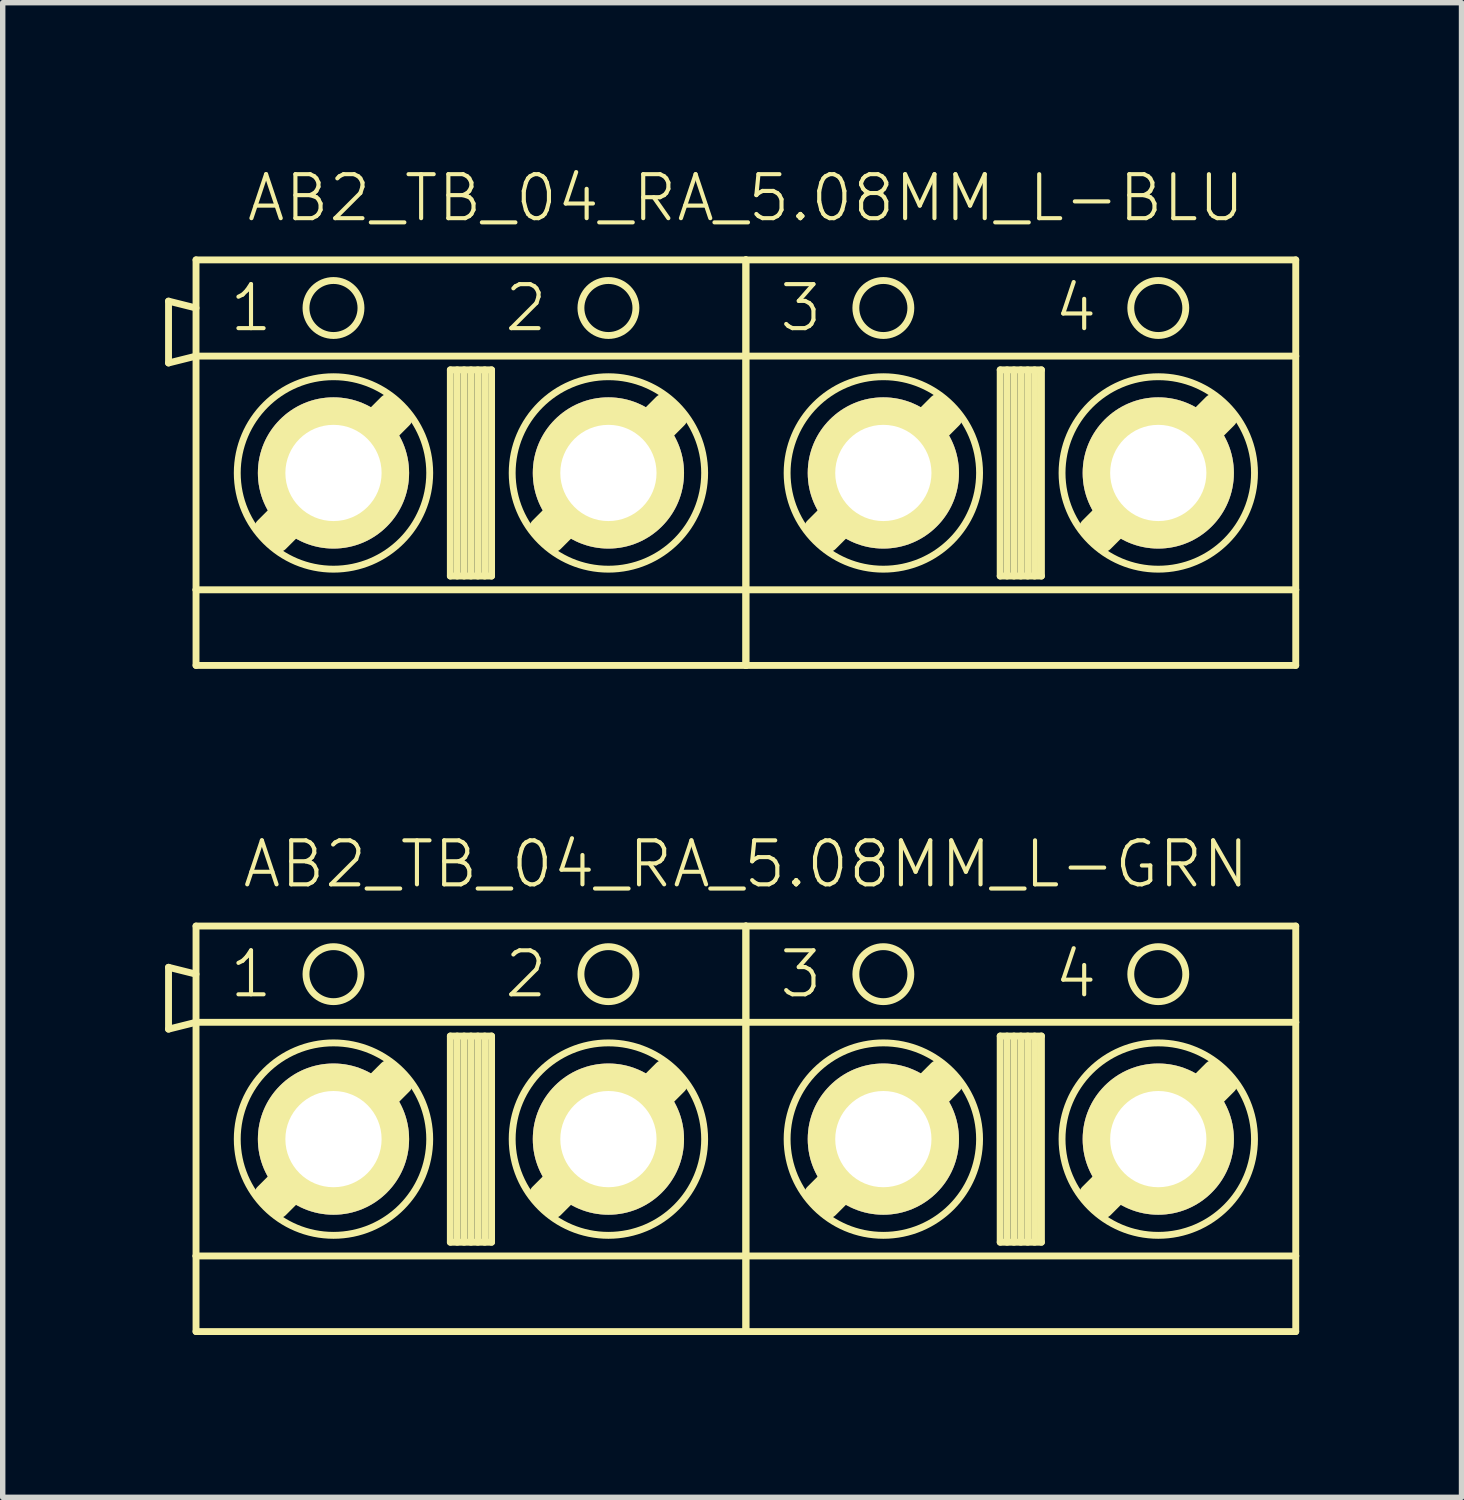
<source format=kicad_pcb>
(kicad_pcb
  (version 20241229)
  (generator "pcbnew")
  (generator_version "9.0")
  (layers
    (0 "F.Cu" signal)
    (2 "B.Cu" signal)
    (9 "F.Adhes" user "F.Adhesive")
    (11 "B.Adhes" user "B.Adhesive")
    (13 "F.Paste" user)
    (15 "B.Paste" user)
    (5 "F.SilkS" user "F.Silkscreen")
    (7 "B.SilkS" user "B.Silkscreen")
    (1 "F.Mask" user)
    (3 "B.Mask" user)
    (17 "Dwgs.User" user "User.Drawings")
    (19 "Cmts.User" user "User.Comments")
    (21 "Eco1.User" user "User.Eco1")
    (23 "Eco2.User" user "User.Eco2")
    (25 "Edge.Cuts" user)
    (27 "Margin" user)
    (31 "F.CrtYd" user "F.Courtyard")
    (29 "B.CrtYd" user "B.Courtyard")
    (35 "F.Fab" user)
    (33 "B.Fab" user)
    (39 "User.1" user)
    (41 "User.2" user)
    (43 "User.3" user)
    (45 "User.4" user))
  (footprint "AB2_TB_04_RA_5.08MM_L-BLU"
    (layer "F.Cu")
    (at 10.732 5.689)
    (property "Reference" "AB2_TB_04_RA_5.08MM_L-BLU" (at 0 -5.08 0) (layer "F.SilkS") (effects (font (size 0.813 0.813) (thickness 0.076))))
    (attr through_hole)
    (fp_line (start -10.668 -3.175) (end -10.16 -3.048) (stroke (width 0.127) (type solid)) (layer "F.SilkS"))
    (fp_line (start -10.668 -2.032) (end -10.668 -3.175) (stroke (width 0.127) (type solid)) (layer "F.SilkS"))
    (fp_line (start -10.16 -3.937) (end 0 -3.937) (stroke (width 0.127) (type solid)) (layer "F.SilkS"))
    (fp_line (start -10.16 -2.159) (end -10.668 -2.032) (stroke (width 0.127) (type solid)) (layer "F.SilkS"))
    (fp_line (start -10.16 -2.159) (end -10.16 -3.937) (stroke (width 0.127) (type solid)) (layer "F.SilkS"))
    (fp_line (start -10.16 -2.159) (end 0 -2.159) (stroke (width 0.127) (type solid)) (layer "F.SilkS"))
    (fp_line (start -10.16 2.159) (end -10.16 -2.159) (stroke (width 0.127) (type solid)) (layer "F.SilkS"))
    (fp_line (start -10.16 2.159) (end -10.16 3.556) (stroke (width 0.127) (type solid)) (layer "F.SilkS"))
    (fp_line (start -10.16 3.556) (end 0 3.556) (stroke (width 0.127) (type solid)) (layer "F.SilkS"))
    (fp_line (start -8.89 1.016) (end -6.604 -1.27) (stroke (width 0.381) (type solid)) (layer "F.SilkS"))
    (fp_line (start -8.763 1.143) (end -6.477 -1.143) (stroke (width 0.381) (type solid)) (layer "F.SilkS"))
    (fp_line (start -6.35 -1.016) (end -8.636 1.27) (stroke (width 0.381) (type solid)) (layer "F.SilkS"))
    (fp_line (start -5.461 -1.905) (end -4.699 -1.905) (stroke (width 0.127) (type solid)) (layer "F.SilkS"))
    (fp_line (start -5.461 1.905) (end -5.461 -1.905) (stroke (width 0.127) (type solid)) (layer "F.SilkS"))
    (fp_line (start -5.334 -1.905) (end -5.334 1.905) (stroke (width 0.127) (type solid)) (layer "F.SilkS"))
    (fp_line (start -5.207 -1.905) (end -5.207 1.905) (stroke (width 0.127) (type solid)) (layer "F.SilkS"))
    (fp_line (start -5.08 -1.905) (end -5.08 1.905) (stroke (width 0.127) (type solid)) (layer "F.SilkS"))
    (fp_line (start -4.953 -1.905) (end -4.953 1.905) (stroke (width 0.127) (type solid)) (layer "F.SilkS"))
    (fp_line (start -4.826 -1.905) (end -4.826 1.905) (stroke (width 0.127) (type solid)) (layer "F.SilkS"))
    (fp_line (start -4.699 -1.905) (end -4.699 1.905) (stroke (width 0.127) (type solid)) (layer "F.SilkS"))
    (fp_line (start -4.699 1.905) (end -5.461 1.905) (stroke (width 0.127) (type solid)) (layer "F.SilkS"))
    (fp_line (start -3.81 1.016) (end -1.524 -1.27) (stroke (width 0.381) (type solid)) (layer "F.SilkS"))
    (fp_line (start -3.683 1.143) (end -1.397 -1.143) (stroke (width 0.381) (type solid)) (layer "F.SilkS"))
    (fp_line (start -1.27 -1.016) (end -3.556 1.27) (stroke (width 0.381) (type solid)) (layer "F.SilkS"))
    (fp_line (start 0 -3.937) (end 0 -2.159) (stroke (width 0.127) (type solid)) (layer "F.SilkS"))
    (fp_line (start 0 -3.937) (end 10.16 -3.937) (stroke (width 0.127) (type solid)) (layer "F.SilkS"))
    (fp_line (start 0 -2.159) (end 0 -3.937) (stroke (width 0.127) (type solid)) (layer "F.SilkS"))
    (fp_line (start 0 -2.159) (end 0 2.159) (stroke (width 0.127) (type solid)) (layer "F.SilkS"))
    (fp_line (start 0 -2.159) (end 10.16 -2.159) (stroke (width 0.127) (type solid)) (layer "F.SilkS"))
    (fp_line (start 0 2.159) (end -10.16 2.159) (stroke (width 0.127) (type solid)) (layer "F.SilkS"))
    (fp_line (start 0 2.159) (end 0 -2.159) (stroke (width 0.127) (type solid)) (layer "F.SilkS"))
    (fp_line (start 0 2.159) (end 0 3.556) (stroke (width 0.127) (type solid)) (layer "F.SilkS"))
    (fp_line (start 0 3.556) (end 0 2.159) (stroke (width 0.127) (type solid)) (layer "F.SilkS"))
    (fp_line (start 0 3.556) (end 10.16 3.556) (stroke (width 0.127) (type solid)) (layer "F.SilkS"))
    (fp_line (start 1.27 1.016) (end 3.556 -1.27) (stroke (width 0.381) (type solid)) (layer "F.SilkS"))
    (fp_line (start 1.397 1.143) (end 3.683 -1.143) (stroke (width 0.381) (type solid)) (layer "F.SilkS"))
    (fp_line (start 3.81 -1.016) (end 1.524 1.27) (stroke (width 0.381) (type solid)) (layer "F.SilkS"))
    (fp_line (start 4.699 -1.905) (end 5.461 -1.905) (stroke (width 0.127) (type solid)) (layer "F.SilkS"))
    (fp_line (start 4.699 1.905) (end 4.699 -1.905) (stroke (width 0.127) (type solid)) (layer "F.SilkS"))
    (fp_line (start 4.826 -1.905) (end 4.826 1.905) (stroke (width 0.127) (type solid)) (layer "F.SilkS"))
    (fp_line (start 4.953 -1.905) (end 4.953 1.905) (stroke (width 0.127) (type solid)) (layer "F.SilkS"))
    (fp_line (start 5.08 -1.905) (end 5.08 1.905) (stroke (width 0.127) (type solid)) (layer "F.SilkS"))
    (fp_line (start 5.207 -1.905) (end 5.207 1.905) (stroke (width 0.127) (type solid)) (layer "F.SilkS"))
    (fp_line (start 5.334 -1.905) (end 5.334 1.905) (stroke (width 0.127) (type solid)) (layer "F.SilkS"))
    (fp_line (start 5.461 -1.905) (end 5.461 1.905) (stroke (width 0.127) (type solid)) (layer "F.SilkS"))
    (fp_line (start 5.461 1.905) (end 4.699 1.905) (stroke (width 0.127) (type solid)) (layer "F.SilkS"))
    (fp_line (start 6.35 1.016) (end 8.636 -1.27) (stroke (width 0.381) (type solid)) (layer "F.SilkS"))
    (fp_line (start 6.477 1.143) (end 8.763 -1.143) (stroke (width 0.381) (type solid)) (layer "F.SilkS"))
    (fp_line (start 8.89 -1.016) (end 6.604 1.27) (stroke (width 0.381) (type solid)) (layer "F.SilkS"))
    (fp_line (start 10.16 -3.937) (end 10.16 -2.159) (stroke (width 0.127) (type solid)) (layer "F.SilkS"))
    (fp_line (start 10.16 -2.159) (end 10.16 2.159) (stroke (width 0.127) (type solid)) (layer "F.SilkS"))
    (fp_line (start 10.16 2.159) (end 0 2.159) (stroke (width 0.127) (type solid)) (layer "F.SilkS"))
    (fp_line (start 10.16 3.556) (end 10.16 2.159) (stroke (width 0.127) (type solid)) (layer "F.SilkS"))
    (fp_circle (center -7.62 -3.048) (end -7.62 -3.556) (stroke (width 0.127) (type solid)) (fill no) (layer "F.SilkS"))
    (fp_circle (center -7.62 0) (end -7.62 -1.778) (stroke (width 0.127) (type solid)) (fill no) (layer "F.SilkS"))
    (fp_circle (center -2.54 -3.048) (end -2.54 -3.556) (stroke (width 0.127) (type solid)) (fill no) (layer "F.SilkS"))
    (fp_circle (center -2.54 0) (end -2.54 -1.778) (stroke (width 0.127) (type solid)) (fill no) (layer "F.SilkS"))
    (fp_circle (center 2.54 -3.048) (end 2.54 -3.556) (stroke (width 0.127) (type solid)) (fill no) (layer "F.SilkS"))
    (fp_circle (center 2.54 0) (end 2.54 -1.778) (stroke (width 0.127) (type solid)) (fill no) (layer "F.SilkS"))
    (fp_circle (center 7.62 -3.048) (end 7.62 -3.556) (stroke (width 0.127) (type solid)) (fill no) (layer "F.SilkS"))
    (fp_circle (center 7.62 0) (end 7.62 -1.778) (stroke (width 0.127) (type solid)) (fill no) (layer "F.SilkS"))
    (fp_text user "3" (at 1.016 -3.048 0) (layer "F.SilkS") (effects (font (size 0.813 0.813) (thickness 0.076))))
    (fp_text user "2" (at -4.064 -3.048 0) (layer "F.SilkS") (effects (font (size 0.813 0.813) (thickness 0.076))))
    (fp_text user "1" (at -9.144 -3.048 0) (layer "F.SilkS") (effects (font (size 0.813 0.813) (thickness 0.076))))
    (fp_text user "4" (at 6.096 -3.048 0) (layer "F.SilkS") (effects (font (size 0.813 0.813) (thickness 0.076))))
    (pad "1" thru_hole circle (at -7.62 0) (size 2.794 2.794) (drill 1.778) (layers "*.Cu" "*.Mask" "F.SilkS"))
    (pad "2" thru_hole circle (at -2.54 0) (size 2.794 2.794) (drill 1.778) (layers "*.Cu" "*.Mask" "F.SilkS"))
    (pad "3" thru_hole circle (at 2.54 0) (size 2.794 2.794) (drill 1.778) (layers "*.Cu" "*.Mask" "F.SilkS"))
    (pad "4" thru_hole circle (at 7.62 0) (size 2.794 2.794) (drill 1.778) (layers "*.Cu" "*.Mask" "F.SilkS")))
  (footprint "AB2_TB_04_RA_5.08MM_L-GRN"
    (layer "F.Cu")
    (at 10.732 17.998)
    (property "Reference" "AB2_TB_04_RA_5.08MM_L-GRN" (at 0 -5.08 0) (layer "F.SilkS") (effects (font (size 0.813 0.813) (thickness 0.076))))
    (attr through_hole)
    (fp_line (start -10.668 -3.175) (end -10.16 -3.048) (stroke (width 0.127) (type solid)) (layer "F.SilkS"))
    (fp_line (start -10.668 -2.032) (end -10.668 -3.175) (stroke (width 0.127) (type solid)) (layer "F.SilkS"))
    (fp_line (start -10.16 -3.937) (end 0 -3.937) (stroke (width 0.127) (type solid)) (layer "F.SilkS"))
    (fp_line (start -10.16 -2.159) (end -10.668 -2.032) (stroke (width 0.127) (type solid)) (layer "F.SilkS"))
    (fp_line (start -10.16 -2.159) (end -10.16 -3.937) (stroke (width 0.127) (type solid)) (layer "F.SilkS"))
    (fp_line (start -10.16 -2.159) (end 0 -2.159) (stroke (width 0.127) (type solid)) (layer "F.SilkS"))
    (fp_line (start -10.16 2.159) (end -10.16 -2.159) (stroke (width 0.127) (type solid)) (layer "F.SilkS"))
    (fp_line (start -10.16 2.159) (end -10.16 3.556) (stroke (width 0.127) (type solid)) (layer "F.SilkS"))
    (fp_line (start -10.16 3.556) (end 0 3.556) (stroke (width 0.127) (type solid)) (layer "F.SilkS"))
    (fp_line (start -8.89 1.016) (end -6.604 -1.27) (stroke (width 0.381) (type solid)) (layer "F.SilkS"))
    (fp_line (start -8.763 1.143) (end -6.477 -1.143) (stroke (width 0.381) (type solid)) (layer "F.SilkS"))
    (fp_line (start -6.35 -1.016) (end -8.636 1.27) (stroke (width 0.381) (type solid)) (layer "F.SilkS"))
    (fp_line (start -5.461 -1.905) (end -4.699 -1.905) (stroke (width 0.127) (type solid)) (layer "F.SilkS"))
    (fp_line (start -5.461 1.905) (end -5.461 -1.905) (stroke (width 0.127) (type solid)) (layer "F.SilkS"))
    (fp_line (start -5.334 -1.905) (end -5.334 1.905) (stroke (width 0.127) (type solid)) (layer "F.SilkS"))
    (fp_line (start -5.207 -1.905) (end -5.207 1.905) (stroke (width 0.127) (type solid)) (layer "F.SilkS"))
    (fp_line (start -5.08 -1.905) (end -5.08 1.905) (stroke (width 0.127) (type solid)) (layer "F.SilkS"))
    (fp_line (start -4.953 -1.905) (end -4.953 1.905) (stroke (width 0.127) (type solid)) (layer "F.SilkS"))
    (fp_line (start -4.826 -1.905) (end -4.826 1.905) (stroke (width 0.127) (type solid)) (layer "F.SilkS"))
    (fp_line (start -4.699 -1.905) (end -4.699 1.905) (stroke (width 0.127) (type solid)) (layer "F.SilkS"))
    (fp_line (start -4.699 1.905) (end -5.461 1.905) (stroke (width 0.127) (type solid)) (layer "F.SilkS"))
    (fp_line (start -3.81 1.016) (end -1.524 -1.27) (stroke (width 0.381) (type solid)) (layer "F.SilkS"))
    (fp_line (start -3.683 1.143) (end -1.397 -1.143) (stroke (width 0.381) (type solid)) (layer "F.SilkS"))
    (fp_line (start -1.27 -1.016) (end -3.556 1.27) (stroke (width 0.381) (type solid)) (layer "F.SilkS"))
    (fp_line (start 0 -3.937) (end 0 -2.159) (stroke (width 0.127) (type solid)) (layer "F.SilkS"))
    (fp_line (start 0 -3.937) (end 10.16 -3.937) (stroke (width 0.127) (type solid)) (layer "F.SilkS"))
    (fp_line (start 0 -2.159) (end 0 -3.937) (stroke (width 0.127) (type solid)) (layer "F.SilkS"))
    (fp_line (start 0 -2.159) (end 0 2.159) (stroke (width 0.127) (type solid)) (layer "F.SilkS"))
    (fp_line (start 0 -2.159) (end 10.16 -2.159) (stroke (width 0.127) (type solid)) (layer "F.SilkS"))
    (fp_line (start 0 2.159) (end -10.16 2.159) (stroke (width 0.127) (type solid)) (layer "F.SilkS"))
    (fp_line (start 0 2.159) (end 0 -2.159) (stroke (width 0.127) (type solid)) (layer "F.SilkS"))
    (fp_line (start 0 2.159) (end 0 3.556) (stroke (width 0.127) (type solid)) (layer "F.SilkS"))
    (fp_line (start 0 3.556) (end 0 2.159) (stroke (width 0.127) (type solid)) (layer "F.SilkS"))
    (fp_line (start 0 3.556) (end 10.16 3.556) (stroke (width 0.127) (type solid)) (layer "F.SilkS"))
    (fp_line (start 1.27 1.016) (end 3.556 -1.27) (stroke (width 0.381) (type solid)) (layer "F.SilkS"))
    (fp_line (start 1.397 1.143) (end 3.683 -1.143) (stroke (width 0.381) (type solid)) (layer "F.SilkS"))
    (fp_line (start 3.81 -1.016) (end 1.524 1.27) (stroke (width 0.381) (type solid)) (layer "F.SilkS"))
    (fp_line (start 4.699 -1.905) (end 5.461 -1.905) (stroke (width 0.127) (type solid)) (layer "F.SilkS"))
    (fp_line (start 4.699 1.905) (end 4.699 -1.905) (stroke (width 0.127) (type solid)) (layer "F.SilkS"))
    (fp_line (start 4.826 -1.905) (end 4.826 1.905) (stroke (width 0.127) (type solid)) (layer "F.SilkS"))
    (fp_line (start 4.953 -1.905) (end 4.953 1.905) (stroke (width 0.127) (type solid)) (layer "F.SilkS"))
    (fp_line (start 5.08 -1.905) (end 5.08 1.905) (stroke (width 0.127) (type solid)) (layer "F.SilkS"))
    (fp_line (start 5.207 -1.905) (end 5.207 1.905) (stroke (width 0.127) (type solid)) (layer "F.SilkS"))
    (fp_line (start 5.334 -1.905) (end 5.334 1.905) (stroke (width 0.127) (type solid)) (layer "F.SilkS"))
    (fp_line (start 5.461 -1.905) (end 5.461 1.905) (stroke (width 0.127) (type solid)) (layer "F.SilkS"))
    (fp_line (start 5.461 1.905) (end 4.699 1.905) (stroke (width 0.127) (type solid)) (layer "F.SilkS"))
    (fp_line (start 6.35 1.016) (end 8.636 -1.27) (stroke (width 0.381) (type solid)) (layer "F.SilkS"))
    (fp_line (start 6.477 1.143) (end 8.763 -1.143) (stroke (width 0.381) (type solid)) (layer "F.SilkS"))
    (fp_line (start 8.89 -1.016) (end 6.604 1.27) (stroke (width 0.381) (type solid)) (layer "F.SilkS"))
    (fp_line (start 10.16 -3.937) (end 10.16 -2.159) (stroke (width 0.127) (type solid)) (layer "F.SilkS"))
    (fp_line (start 10.16 -2.159) (end 10.16 2.159) (stroke (width 0.127) (type solid)) (layer "F.SilkS"))
    (fp_line (start 10.16 2.159) (end 0 2.159) (stroke (width 0.127) (type solid)) (layer "F.SilkS"))
    (fp_line (start 10.16 3.556) (end 10.16 2.159) (stroke (width 0.127) (type solid)) (layer "F.SilkS"))
    (fp_circle (center -7.62 -3.048) (end -7.62 -3.556) (stroke (width 0.127) (type solid)) (fill no) (layer "F.SilkS"))
    (fp_circle (center -7.62 0) (end -7.62 -1.778) (stroke (width 0.127) (type solid)) (fill no) (layer "F.SilkS"))
    (fp_circle (center -2.54 -3.048) (end -2.54 -3.556) (stroke (width 0.127) (type solid)) (fill no) (layer "F.SilkS"))
    (fp_circle (center -2.54 0) (end -2.54 -1.778) (stroke (width 0.127) (type solid)) (fill no) (layer "F.SilkS"))
    (fp_circle (center 2.54 -3.048) (end 2.54 -3.556) (stroke (width 0.127) (type solid)) (fill no) (layer "F.SilkS"))
    (fp_circle (center 2.54 0) (end 2.54 -1.778) (stroke (width 0.127) (type solid)) (fill no) (layer "F.SilkS"))
    (fp_circle (center 7.62 -3.048) (end 7.62 -3.556) (stroke (width 0.127) (type solid)) (fill no) (layer "F.SilkS"))
    (fp_circle (center 7.62 0) (end 7.62 -1.778) (stroke (width 0.127) (type solid)) (fill no) (layer "F.SilkS"))
    (fp_text user "2" (at -4.064 -3.048 0) (layer "F.SilkS") (effects (font (size 0.813 0.813) (thickness 0.076))))
    (fp_text user "4" (at 6.096 -3.048 0) (layer "F.SilkS") (effects (font (size 0.813 0.813) (thickness 0.076))))
    (fp_text user "1" (at -9.144 -3.048 0) (layer "F.SilkS") (effects (font (size 0.813 0.813) (thickness 0.076))))
    (fp_text user "3" (at 1.016 -3.048 0) (layer "F.SilkS") (effects (font (size 0.813 0.813) (thickness 0.076))))
    (pad "1" thru_hole circle (at -7.62 0) (size 2.794 2.794) (drill 1.778) (layers "*.Cu" "*.Mask" "F.SilkS"))
    (pad "2" thru_hole circle (at -2.54 0) (size 2.794 2.794) (drill 1.778) (layers "*.Cu" "*.Mask" "F.SilkS"))
    (pad "3" thru_hole circle (at 2.54 0) (size 2.794 2.794) (drill 1.778) (layers "*.Cu" "*.Mask" "F.SilkS"))
    (pad "4" thru_hole circle (at 7.62 0) (size 2.794 2.794) (drill 1.778) (layers "*.Cu" "*.Mask" "F.SilkS")))
  (gr_rect
    (start -3 -3)
    (end 23.955 24.617)
    (stroke (width 0.1) (type default))
    (fill no)
    (layer "Edge.Cuts")))
</source>
